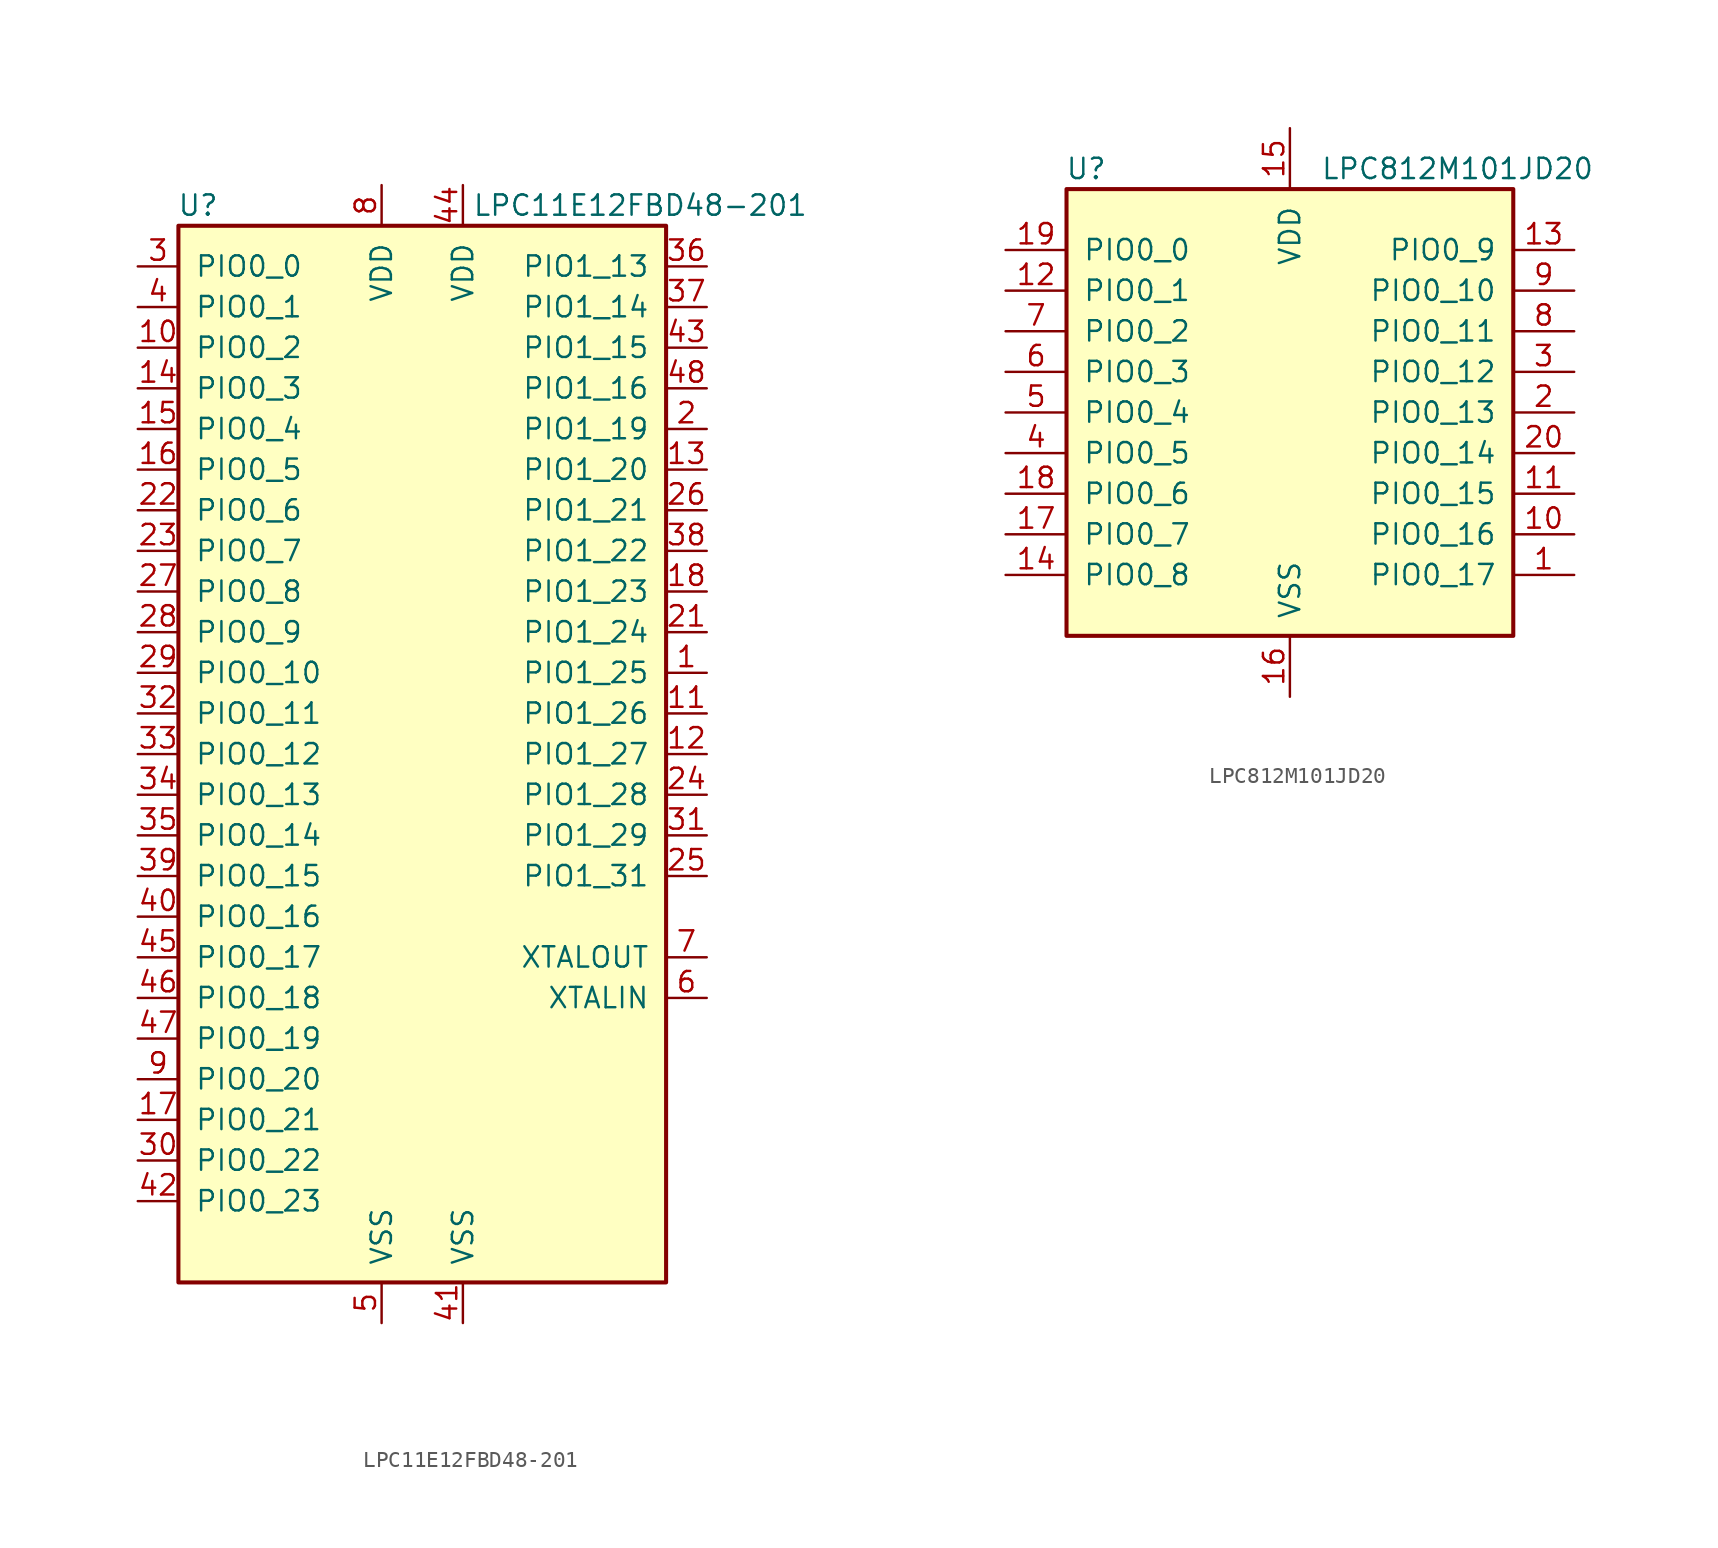
<source format=kicad_sym>
(kicad_symbol_lib
  (version 20231120)
  (generator "kicad_symbol_editor")
  (generator_version "8.0")
  (symbol "LPC11E12FBD48-201"
    (pin_names
      (offset 1.016))
    (property "Reference" "U"
      (at -12.7 34.29 0)
      (effects (font (size 1.27 1.27)) (justify right)))
    (property "Value" "LPC11E12FBD48-201"
      (at 24.13 34.29 0)
      (effects (font (size 1.27 1.27)) (justify right)))
    (symbol "LPC11E12FBD48-201_0_1"
      (rectangle (start -15.24 33.02) (end 15.24 -33.02) (stroke (width 0.254) (type default)) (fill (type background))))
    (symbol "LPC11E12FBD48-201_1_1"
      (pin bidirectional line (at 17.78 5.08 180) (length 2.54) (name "PIO1_25" (effects (font (size 1.27 1.27)))) (number "1" (effects (font (size 1.27 1.27)))))
      (pin bidirectional line (at -17.78 25.4 0) (length 2.54) (name "PIO0_2" (effects (font (size 1.27 1.27)))) (number "10" (effects (font (size 1.27 1.27)))))
      (pin bidirectional line (at 17.78 2.54 180) (length 2.54) (name "PIO1_26" (effects (font (size 1.27 1.27)))) (number "11" (effects (font (size 1.27 1.27)))))
      (pin bidirectional line (at 17.78 0 180) (length 2.54) (name "PIO1_27" (effects (font (size 1.27 1.27)))) (number "12" (effects (font (size 1.27 1.27)))))
      (pin bidirectional line (at 17.78 17.78 180) (length 2.54) (name "PIO1_20" (effects (font (size 1.27 1.27)))) (number "13" (effects (font (size 1.27 1.27)))))
      (pin bidirectional line (at -17.78 22.86 0) (length 2.54) (name "PIO0_3" (effects (font (size 1.27 1.27)))) (number "14" (effects (font (size 1.27 1.27)))))
      (pin open_collector line (at -17.78 20.32 0) (length 2.54) (name "PIO0_4" (effects (font (size 1.27 1.27)))) (number "15" (effects (font (size 1.27 1.27)))))
      (pin open_collector line (at -17.78 17.78 0) (length 2.54) (name "PIO0_5" (effects (font (size 1.27 1.27)))) (number "16" (effects (font (size 1.27 1.27)))))
      (pin bidirectional line (at -17.78 -22.86 0) (length 2.54) (name "PIO0_21" (effects (font (size 1.27 1.27)))) (number "17" (effects (font (size 1.27 1.27)))))
      (pin bidirectional line (at 17.78 10.16 180) (length 2.54) (name "PIO1_23" (effects (font (size 1.27 1.27)))) (number "18" (effects (font (size 1.27 1.27)))))
      (pin no_connect line (at 15.24 -22.86 180) (length 2.54) hide (name "NC" (effects (font (size 1.27 1.27)))) (number "19" (effects (font (size 1.27 1.27)))))
      (pin bidirectional line (at 17.78 20.32 180) (length 2.54) (name "PIO1_19" (effects (font (size 1.27 1.27)))) (number "2" (effects (font (size 1.27 1.27)))))
      (pin no_connect line (at 15.24 -20.32 180) (length 2.54) hide (name "NC" (effects (font (size 1.27 1.27)))) (number "20" (effects (font (size 1.27 1.27)))))
      (pin bidirectional line (at 17.78 7.62 180) (length 2.54) (name "PIO1_24" (effects (font (size 1.27 1.27)))) (number "21" (effects (font (size 1.27 1.27)))))
      (pin bidirectional line (at -17.78 15.24 0) (length 2.54) (name "PIO0_6" (effects (font (size 1.27 1.27)))) (number "22" (effects (font (size 1.27 1.27)))))
      (pin bidirectional line (at -17.78 12.7 0) (length 2.54) (name "PIO0_7" (effects (font (size 1.27 1.27)))) (number "23" (effects (font (size 1.27 1.27)))))
      (pin bidirectional line (at 17.78 -2.54 180) (length 2.54) (name "PIO1_28" (effects (font (size 1.27 1.27)))) (number "24" (effects (font (size 1.27 1.27)))))
      (pin bidirectional line (at 17.78 -7.62 180) (length 2.54) (name "PIO1_31" (effects (font (size 1.27 1.27)))) (number "25" (effects (font (size 1.27 1.27)))))
      (pin bidirectional line (at 17.78 15.24 180) (length 2.54) (name "PIO1_21" (effects (font (size 1.27 1.27)))) (number "26" (effects (font (size 1.27 1.27)))))
      (pin bidirectional line (at -17.78 10.16 0) (length 2.54) (name "PIO0_8" (effects (font (size 1.27 1.27)))) (number "27" (effects (font (size 1.27 1.27)))))
      (pin bidirectional line (at -17.78 7.62 0) (length 2.54) (name "PIO0_9" (effects (font (size 1.27 1.27)))) (number "28" (effects (font (size 1.27 1.27)))))
      (pin bidirectional line (at -17.78 5.08 0) (length 2.54) (name "PIO0_10" (effects (font (size 1.27 1.27)))) (number "29" (effects (font (size 1.27 1.27)))))
      (pin bidirectional line (at -17.78 30.48 0) (length 2.54) (name "PIO0_0" (effects (font (size 1.27 1.27)))) (number "3" (effects (font (size 1.27 1.27)))))
      (pin bidirectional line (at -17.78 -25.4 0) (length 2.54) (name "PIO0_22" (effects (font (size 1.27 1.27)))) (number "30" (effects (font (size 1.27 1.27)))))
      (pin bidirectional line (at 17.78 -5.08 180) (length 2.54) (name "PIO1_29" (effects (font (size 1.27 1.27)))) (number "31" (effects (font (size 1.27 1.27)))))
      (pin bidirectional line (at -17.78 2.54 0) (length 2.54) (name "PIO0_11" (effects (font (size 1.27 1.27)))) (number "32" (effects (font (size 1.27 1.27)))))
      (pin bidirectional line (at -17.78 0 0) (length 2.54) (name "PIO0_12" (effects (font (size 1.27 1.27)))) (number "33" (effects (font (size 1.27 1.27)))))
      (pin bidirectional line (at -17.78 -2.54 0) (length 2.54) (name "PIO0_13" (effects (font (size 1.27 1.27)))) (number "34" (effects (font (size 1.27 1.27)))))
      (pin bidirectional line (at -17.78 -5.08 0) (length 2.54) (name "PIO0_14" (effects (font (size 1.27 1.27)))) (number "35" (effects (font (size 1.27 1.27)))))
      (pin bidirectional line (at 17.78 30.48 180) (length 2.54) (name "PIO1_13" (effects (font (size 1.27 1.27)))) (number "36" (effects (font (size 1.27 1.27)))))
      (pin bidirectional line (at 17.78 27.94 180) (length 2.54) (name "PIO1_14" (effects (font (size 1.27 1.27)))) (number "37" (effects (font (size 1.27 1.27)))))
      (pin bidirectional line (at 17.78 12.7 180) (length 2.54) (name "PIO1_22" (effects (font (size 1.27 1.27)))) (number "38" (effects (font (size 1.27 1.27)))))
      (pin bidirectional line (at -17.78 -7.62 0) (length 2.54) (name "PIO0_15" (effects (font (size 1.27 1.27)))) (number "39" (effects (font (size 1.27 1.27)))))
      (pin bidirectional line (at -17.78 27.94 0) (length 2.54) (name "PIO0_1" (effects (font (size 1.27 1.27)))) (number "4" (effects (font (size 1.27 1.27)))))
      (pin bidirectional line (at -17.78 -10.16 0) (length 2.54) (name "PIO0_16" (effects (font (size 1.27 1.27)))) (number "40" (effects (font (size 1.27 1.27)))))
      (pin power_in line (at 2.54 -35.56 90) (length 2.54) (name "VSS" (effects (font (size 1.27 1.27)))) (number "41" (effects (font (size 1.27 1.27)))))
      (pin bidirectional line (at -17.78 -27.94 0) (length 2.54) (name "PIO0_23" (effects (font (size 1.27 1.27)))) (number "42" (effects (font (size 1.27 1.27)))))
      (pin bidirectional line (at 17.78 25.4 180) (length 2.54) (name "PIO1_15" (effects (font (size 1.27 1.27)))) (number "43" (effects (font (size 1.27 1.27)))))
      (pin power_in line (at 2.54 35.56 270) (length 2.54) (name "VDD" (effects (font (size 1.27 1.27)))) (number "44" (effects (font (size 1.27 1.27)))))
      (pin bidirectional line (at -17.78 -12.7 0) (length 2.54) (name "PIO0_17" (effects (font (size 1.27 1.27)))) (number "45" (effects (font (size 1.27 1.27)))))
      (pin bidirectional line (at -17.78 -15.24 0) (length 2.54) (name "PIO0_18" (effects (font (size 1.27 1.27)))) (number "46" (effects (font (size 1.27 1.27)))))
      (pin bidirectional line (at -17.78 -17.78 0) (length 2.54) (name "PIO0_19" (effects (font (size 1.27 1.27)))) (number "47" (effects (font (size 1.27 1.27)))))
      (pin bidirectional line (at 17.78 22.86 180) (length 2.54) (name "PIO1_16" (effects (font (size 1.27 1.27)))) (number "48" (effects (font (size 1.27 1.27)))))
      (pin power_in line (at -2.54 -35.56 90) (length 2.54) (name "VSS" (effects (font (size 1.27 1.27)))) (number "5" (effects (font (size 1.27 1.27)))))
      (pin passive line (at 17.78 -15.24 180) (length 2.54) (name "XTALIN" (effects (font (size 1.27 1.27)))) (number "6" (effects (font (size 1.27 1.27)))))
      (pin passive line (at 17.78 -12.7 180) (length 2.54) (name "XTALOUT" (effects (font (size 1.27 1.27)))) (number "7" (effects (font (size 1.27 1.27)))))
      (pin power_in line (at -2.54 35.56 270) (length 2.54) (name "VDD" (effects (font (size 1.27 1.27)))) (number "8" (effects (font (size 1.27 1.27)))))
      (pin bidirectional line (at -17.78 -20.32 0) (length 2.54) (name "PIO0_20" (effects (font (size 1.27 1.27)))) (number "9" (effects (font (size 1.27 1.27)))))))
  (symbol "LPC812M101JD20"
    (pin_names
      (offset 1.016))
    (property "Reference" "U"
      (at -11.43 15.24 0)
      (effects (font (size 1.27 1.27)) (justify right)))
    (property "Value" "LPC812M101JD20"
      (at 19.05 15.24 0)
      (effects (font (size 1.27 1.27)) (justify right)))
    (symbol "LPC812M101JD20_0_1"
      (rectangle (start 13.97 13.97) (end -13.97 -13.97) (stroke (width 0.254) (type default)) (fill (type background))))
    (symbol "LPC812M101JD20_1_1"
      (pin bidirectional line (at 17.78 -10.16 180) (length 3.81) (name "PIO0_17" (effects (font (size 1.27 1.27)))) (number "1" (effects (font (size 1.27 1.27)))))
      (pin bidirectional line (at 17.78 -7.62 180) (length 3.81) (name "PIO0_16" (effects (font (size 1.27 1.27)))) (number "10" (effects (font (size 1.27 1.27)))))
      (pin bidirectional line (at 17.78 -5.08 180) (length 3.81) (name "PIO0_15" (effects (font (size 1.27 1.27)))) (number "11" (effects (font (size 1.27 1.27)))))
      (pin bidirectional line (at -17.78 7.62 0) (length 3.81) (name "PIO0_1" (effects (font (size 1.27 1.27)))) (number "12" (effects (font (size 1.27 1.27)))))
      (pin bidirectional line (at 17.78 10.16 180) (length 3.81) (name "PIO0_9" (effects (font (size 1.27 1.27)))) (number "13" (effects (font (size 1.27 1.27)))))
      (pin bidirectional line (at -17.78 -10.16 0) (length 3.81) (name "PIO0_8" (effects (font (size 1.27 1.27)))) (number "14" (effects (font (size 1.27 1.27)))))
      (pin power_in line (at 0 17.78 270) (length 3.81) (name "VDD" (effects (font (size 1.27 1.27)))) (number "15" (effects (font (size 1.27 1.27)))))
      (pin power_in line (at 0 -17.78 90) (length 3.81) (name "VSS" (effects (font (size 1.27 1.27)))) (number "16" (effects (font (size 1.27 1.27)))))
      (pin bidirectional line (at -17.78 -7.62 0) (length 3.81) (name "PIO0_7" (effects (font (size 1.27 1.27)))) (number "17" (effects (font (size 1.27 1.27)))))
      (pin bidirectional line (at -17.78 -5.08 0) (length 3.81) (name "PIO0_6" (effects (font (size 1.27 1.27)))) (number "18" (effects (font (size 1.27 1.27)))))
      (pin bidirectional line (at -17.78 10.16 0) (length 3.81) (name "PIO0_0" (effects (font (size 1.27 1.27)))) (number "19" (effects (font (size 1.27 1.27)))))
      (pin bidirectional line (at 17.78 0 180) (length 3.81) (name "PIO0_13" (effects (font (size 1.27 1.27)))) (number "2" (effects (font (size 1.27 1.27)))))
      (pin bidirectional line (at 17.78 -2.54 180) (length 3.81) (name "PIO0_14" (effects (font (size 1.27 1.27)))) (number "20" (effects (font (size 1.27 1.27)))))
      (pin bidirectional line (at 17.78 2.54 180) (length 3.81) (name "PIO0_12" (effects (font (size 1.27 1.27)))) (number "3" (effects (font (size 1.27 1.27)))))
      (pin bidirectional line (at -17.78 -2.54 0) (length 3.81) (name "PIO0_5" (effects (font (size 1.27 1.27)))) (number "4" (effects (font (size 1.27 1.27)))))
      (pin bidirectional line (at -17.78 0 0) (length 3.81) (name "PIO0_4" (effects (font (size 1.27 1.27)))) (number "5" (effects (font (size 1.27 1.27)))))
      (pin bidirectional line (at -17.78 2.54 0) (length 3.81) (name "PIO0_3" (effects (font (size 1.27 1.27)))) (number "6" (effects (font (size 1.27 1.27)))))
      (pin bidirectional line (at -17.78 5.08 0) (length 3.81) (name "PIO0_2" (effects (font (size 1.27 1.27)))) (number "7" (effects (font (size 1.27 1.27)))))
      (pin bidirectional line (at 17.78 5.08 180) (length 3.81) (name "PIO0_11" (effects (font (size 1.27 1.27)))) (number "8" (effects (font (size 1.27 1.27)))))
      (pin bidirectional line (at 17.78 7.62 180) (length 3.81) (name "PIO0_10" (effects (font (size 1.27 1.27)))) (number "9" (effects (font (size 1.27 1.27))))))))
</source>
